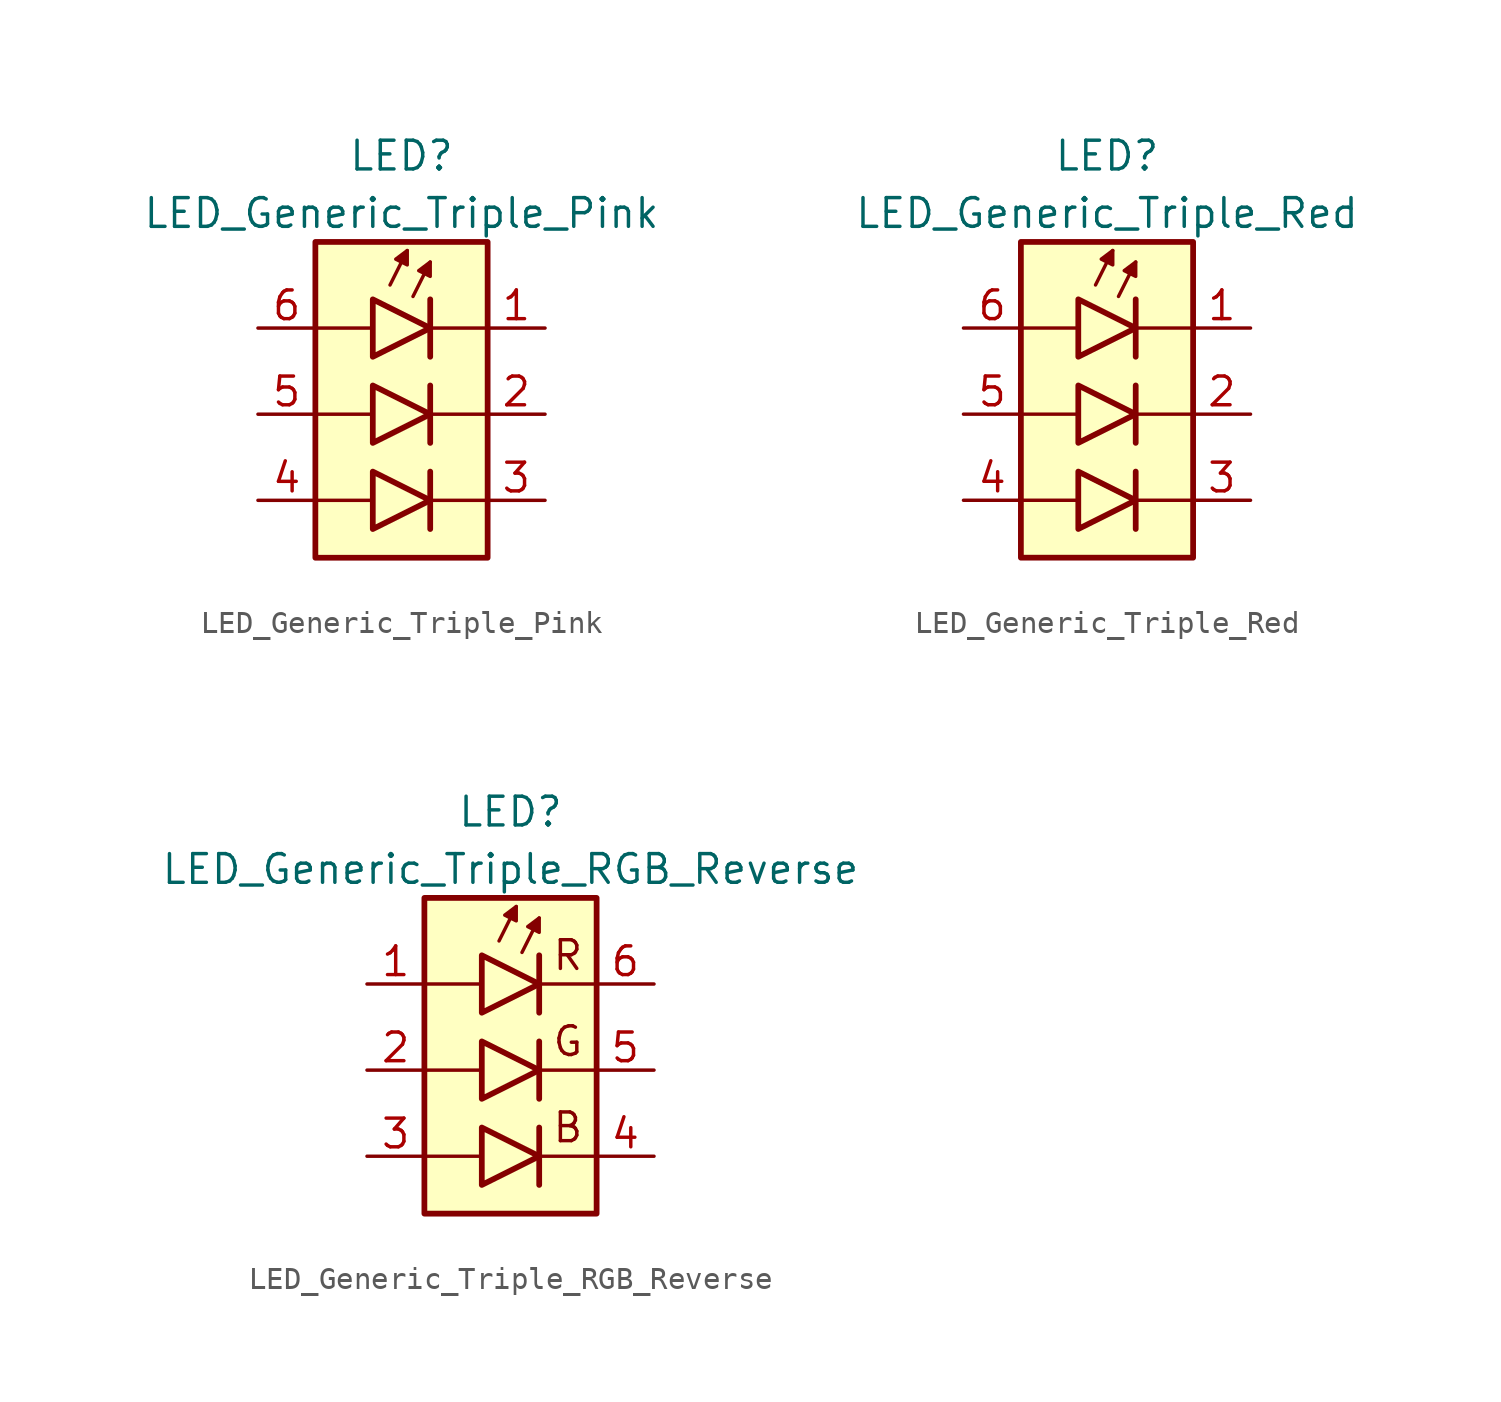
<source format=kicad_sym>
(kicad_symbol_lib
  (version 20231120)
  (generator "kicad_symbol_editor")
  (generator_version "8.0")
  (symbol "LED_Generic_Triple_Pink"
    (pin_names
      (offset 1.016) hide)
    (property "Reference" "LED"
      (at 0 7.62 0)
      (effects (font (size 1.27 1.27))))
    (property "Value" "LED_Generic_Triple_Pink"
      (at 0 5.08 0)
      (effects (font (size 1.27 1.27))))
    (symbol "LED_Generic_Triple_Pink_0_1"
      (polyline (pts (xy -3.81 -7.62) (xy -1.27 -7.62)) (stroke (width 0) (type default)) (fill (type none)))
      (polyline (pts (xy -3.81 -3.81) (xy -1.27 -3.81)) (stroke (width 0) (type default)) (fill (type none)))
      (polyline (pts (xy -1.27 0) (xy -3.81 0)) (stroke (width 0) (type default)) (fill (type none)))
      (polyline (pts (xy -0.508 1.905) (xy 0.254 3.429)) (stroke (width 0.152) (type default)) (fill (type none)))
      (polyline (pts (xy 0.508 1.397) (xy 1.27 2.921)) (stroke (width 0.152) (type default)) (fill (type none)))
      (polyline (pts (xy 1.27 -7.62) (xy 3.81 -7.62)) (stroke (width 0) (type default)) (fill (type none)))
      (polyline (pts (xy 1.27 -6.35) (xy 1.27 -8.89)) (stroke (width 0.254) (type default)) (fill (type none)))
      (polyline (pts (xy 1.27 -2.54) (xy 1.27 -5.08)) (stroke (width 0.254) (type default)) (fill (type none)))
      (polyline (pts (xy 1.27 1.27) (xy 1.27 -1.27)) (stroke (width 0.254) (type default)) (fill (type none)))
      (polyline (pts (xy 3.81 -3.81) (xy 1.27 -3.81)) (stroke (width 0) (type default)) (fill (type none)))
      (polyline (pts (xy 3.81 0) (xy 1.27 0)) (stroke (width 0) (type default)) (fill (type none)))
      (polyline (pts (xy -1.27 -6.35) (xy -1.27 -8.89) (xy 1.27 -7.62) (xy -1.27 -6.35)) (stroke (width 0.254) (type default)) (fill (type color) (color 240 60 200 1)))
      (polyline (pts (xy -1.27 -2.54) (xy -1.27 -5.08) (xy 1.27 -3.81) (xy -1.27 -2.54)) (stroke (width 0.254) (type default)) (fill (type color) (color 240 60 200 1)))
      (polyline (pts (xy -1.27 1.27) (xy -1.27 -1.27) (xy 1.27 0) (xy -1.27 1.27)) (stroke (width 0.254) (type default)) (fill (type color) (color 240 60 200 1)))
      (polyline (pts (xy 0.254 2.794) (xy -0.254 3.048) (xy 0.254 3.429) (xy 0.254 2.794)) (stroke (width 0) (type solid)) (fill (type outline)))
      (polyline (pts (xy 1.27 2.286) (xy 0.762 2.54) (xy 1.27 2.921) (xy 1.27 2.286)) (stroke (width 0.152) (type default)) (fill (type outline))))
    (symbol "LED_Generic_Triple_Pink_1_1"
      (rectangle (start -3.81 3.81) (end 3.81 -10.16) (stroke (width 0.254) (type default)) (fill (type background)))
      (pin passive line (at 6.35 0 180) (length 2.54) (name "K1" (effects (font (size 1.27 1.27)))) (number "1" (effects (font (size 1.27 1.27)))))
      (pin passive line (at 6.35 -3.81 180) (length 2.54) (name "K2" (effects (font (size 1.27 1.27)))) (number "2" (effects (font (size 1.27 1.27)))))
      (pin passive line (at 6.35 -7.62 180) (length 2.54) (name "K3" (effects (font (size 1.27 1.27)))) (number "3" (effects (font (size 1.27 1.27)))))
      (pin passive line (at -6.35 -7.62 0) (length 2.54) (name "A3" (effects (font (size 1.27 1.27)))) (number "4" (effects (font (size 1.27 1.27)))))
      (pin passive line (at -6.35 -3.81 0) (length 2.54) (name "A2" (effects (font (size 1.27 1.27)))) (number "5" (effects (font (size 1.27 1.27)))))
      (pin passive line (at -6.35 0 0) (length 2.54) (name "A1" (effects (font (size 1.27 1.27)))) (number "6" (effects (font (size 1.27 1.27)))))))
  (symbol "LED_Generic_Triple_Red"
    (pin_names
      (offset 1.016) hide)
    (property "Reference" "LED"
      (at 0 7.62 0)
      (effects (font (size 1.27 1.27))))
    (property "Value" "LED_Generic_Triple_Red"
      (at 0 5.08 0)
      (effects (font (size 1.27 1.27))))
    (symbol "LED_Generic_Triple_Red_0_1"
      (polyline (pts (xy -3.81 -7.62) (xy -1.27 -7.62)) (stroke (width 0) (type default)) (fill (type none)))
      (polyline (pts (xy -3.81 -3.81) (xy -1.27 -3.81)) (stroke (width 0) (type default)) (fill (type none)))
      (polyline (pts (xy -1.27 0) (xy -3.81 0)) (stroke (width 0) (type default)) (fill (type none)))
      (polyline (pts (xy -0.508 1.905) (xy 0.254 3.429)) (stroke (width 0.152) (type default)) (fill (type none)))
      (polyline (pts (xy 0.508 1.397) (xy 1.27 2.921)) (stroke (width 0.152) (type default)) (fill (type none)))
      (polyline (pts (xy 1.27 -7.62) (xy 3.81 -7.62)) (stroke (width 0) (type default)) (fill (type none)))
      (polyline (pts (xy 1.27 -6.35) (xy 1.27 -8.89)) (stroke (width 0.254) (type default)) (fill (type none)))
      (polyline (pts (xy 1.27 -2.54) (xy 1.27 -5.08)) (stroke (width 0.254) (type default)) (fill (type none)))
      (polyline (pts (xy 1.27 1.27) (xy 1.27 -1.27)) (stroke (width 0.254) (type default)) (fill (type none)))
      (polyline (pts (xy 3.81 -3.81) (xy 1.27 -3.81)) (stroke (width 0) (type default)) (fill (type none)))
      (polyline (pts (xy 3.81 0) (xy 1.27 0)) (stroke (width 0) (type default)) (fill (type none)))
      (polyline (pts (xy -1.27 -6.35) (xy -1.27 -8.89) (xy 1.27 -7.62) (xy -1.27 -6.35)) (stroke (width 0.254) (type default)) (fill (type color) (color 240 30 30 1)))
      (polyline (pts (xy -1.27 -2.54) (xy -1.27 -5.08) (xy 1.27 -3.81) (xy -1.27 -2.54)) (stroke (width 0.254) (type default)) (fill (type color) (color 240 30 30 1)))
      (polyline (pts (xy -1.27 1.27) (xy -1.27 -1.27) (xy 1.27 0) (xy -1.27 1.27)) (stroke (width 0.254) (type default)) (fill (type color) (color 240 30 30 1)))
      (polyline (pts (xy 0.254 2.794) (xy -0.254 3.048) (xy 0.254 3.429) (xy 0.254 2.794)) (stroke (width 0) (type solid)) (fill (type outline)))
      (polyline (pts (xy 1.27 2.286) (xy 0.762 2.54) (xy 1.27 2.921) (xy 1.27 2.286)) (stroke (width 0.152) (type default)) (fill (type outline))))
    (symbol "LED_Generic_Triple_Red_1_1"
      (rectangle (start -3.81 3.81) (end 3.81 -10.16) (stroke (width 0.254) (type default)) (fill (type background)))
      (pin passive line (at 6.35 0 180) (length 2.54) (name "K1" (effects (font (size 1.27 1.27)))) (number "1" (effects (font (size 1.27 1.27)))))
      (pin passive line (at 6.35 -3.81 180) (length 2.54) (name "K2" (effects (font (size 1.27 1.27)))) (number "2" (effects (font (size 1.27 1.27)))))
      (pin passive line (at 6.35 -7.62 180) (length 2.54) (name "K3" (effects (font (size 1.27 1.27)))) (number "3" (effects (font (size 1.27 1.27)))))
      (pin passive line (at -6.35 -7.62 0) (length 2.54) (name "A3" (effects (font (size 1.27 1.27)))) (number "4" (effects (font (size 1.27 1.27)))))
      (pin passive line (at -6.35 -3.81 0) (length 2.54) (name "A2" (effects (font (size 1.27 1.27)))) (number "5" (effects (font (size 1.27 1.27)))))
      (pin passive line (at -6.35 0 0) (length 2.54) (name "A1" (effects (font (size 1.27 1.27)))) (number "6" (effects (font (size 1.27 1.27)))))))
  (symbol "LED_Generic_Triple_RGB_Reverse"
    (pin_names
      (offset 1.016) hide)
    (property "Reference" "LED"
      (at 0 7.62 0)
      (effects (font (size 1.27 1.27))))
    (property "Value" "LED_Generic_Triple_RGB_Reverse"
      (at 0 5.08 0)
      (effects (font (size 1.27 1.27))))
    (symbol "LED_Generic_Triple_RGB_Reverse_0_0"
      (text "B" (at 2.54 -6.35 0) (effects (font (size 1.27 1.27))))
      (text "G" (at 2.54 -2.54 0) (effects (font (size 1.27 1.27))))
      (text "R" (at 2.54 1.27 0) (effects (font (size 1.27 1.27)))))
    (symbol "LED_Generic_Triple_RGB_Reverse_0_1"
      (polyline (pts (xy -3.81 -3.81) (xy -1.27 -3.81)) (stroke (width 0) (type default)) (fill (type none)))
      (polyline (pts (xy -3.81 0) (xy -1.27 0)) (stroke (width 0) (type default)) (fill (type none)))
      (polyline (pts (xy -1.27 -7.62) (xy -3.81 -7.62)) (stroke (width 0) (type default)) (fill (type none)))
      (polyline (pts (xy -0.508 1.905) (xy 0.254 3.429)) (stroke (width 0.152) (type default)) (fill (type none)))
      (polyline (pts (xy 0.508 1.397) (xy 1.27 2.921)) (stroke (width 0.152) (type default)) (fill (type none)))
      (polyline (pts (xy 1.27 -6.35) (xy 1.27 -8.89)) (stroke (width 0.254) (type default)) (fill (type none)))
      (polyline (pts (xy 1.27 -2.54) (xy 1.27 -5.08)) (stroke (width 0.254) (type default)) (fill (type none)))
      (polyline (pts (xy 1.27 0) (xy 3.81 0)) (stroke (width 0) (type default)) (fill (type none)))
      (polyline (pts (xy 1.27 1.27) (xy 1.27 -1.27)) (stroke (width 0.254) (type default)) (fill (type none)))
      (polyline (pts (xy 3.81 -7.62) (xy 1.27 -7.62)) (stroke (width 0) (type default)) (fill (type none)))
      (polyline (pts (xy 3.81 -3.81) (xy 1.27 -3.81)) (stroke (width 0) (type default)) (fill (type none)))
      (polyline (pts (xy -1.27 -6.35) (xy -1.27 -8.89) (xy 1.27 -7.62) (xy -1.27 -6.35)) (stroke (width 0.254) (type default)) (fill (type color) (color 70 70 200 1)))
      (polyline (pts (xy -1.27 -2.54) (xy -1.27 -5.08) (xy 1.27 -3.81) (xy -1.27 -2.54)) (stroke (width 0.254) (type default)) (fill (type color) (color 30 200 30 1)))
      (polyline (pts (xy -1.27 1.27) (xy -1.27 -1.27) (xy 1.27 0) (xy -1.27 1.27)) (stroke (width 0.254) (type default)) (fill (type color) (color 240 30 30 1)))
      (polyline (pts (xy 0.254 2.794) (xy -0.254 3.048) (xy 0.254 3.429) (xy 0.254 2.794)) (stroke (width 0) (type solid)) (fill (type outline)))
      (polyline (pts (xy 1.27 2.286) (xy 0.762 2.54) (xy 1.27 2.921) (xy 1.27 2.286)) (stroke (width 0.152) (type default)) (fill (type outline))))
    (symbol "LED_Generic_Triple_RGB_Reverse_1_1"
      (rectangle (start -3.81 3.81) (end 3.81 -10.16) (stroke (width 0.254) (type default)) (fill (type background)))
      (pin passive line (at -6.35 0 0) (length 2.54) (name "A1" (effects (font (size 1.27 1.27)))) (number "1" (effects (font (size 1.27 1.27)))))
      (pin passive line (at -6.35 -3.81 0) (length 2.54) (name "A2" (effects (font (size 1.27 1.27)))) (number "2" (effects (font (size 1.27 1.27)))))
      (pin passive line (at -6.35 -7.62 0) (length 2.54) (name "A3" (effects (font (size 1.27 1.27)))) (number "3" (effects (font (size 1.27 1.27)))))
      (pin passive line (at 6.35 -7.62 180) (length 2.54) (name "K3" (effects (font (size 1.27 1.27)))) (number "4" (effects (font (size 1.27 1.27)))))
      (pin passive line (at 6.35 -3.81 180) (length 2.54) (name "K2" (effects (font (size 1.27 1.27)))) (number "5" (effects (font (size 1.27 1.27)))))
      (pin passive line (at 6.35 0 180) (length 2.54) (name "K1" (effects (font (size 1.27 1.27)))) (number "6" (effects (font (size 1.27 1.27))))))))
</source>
